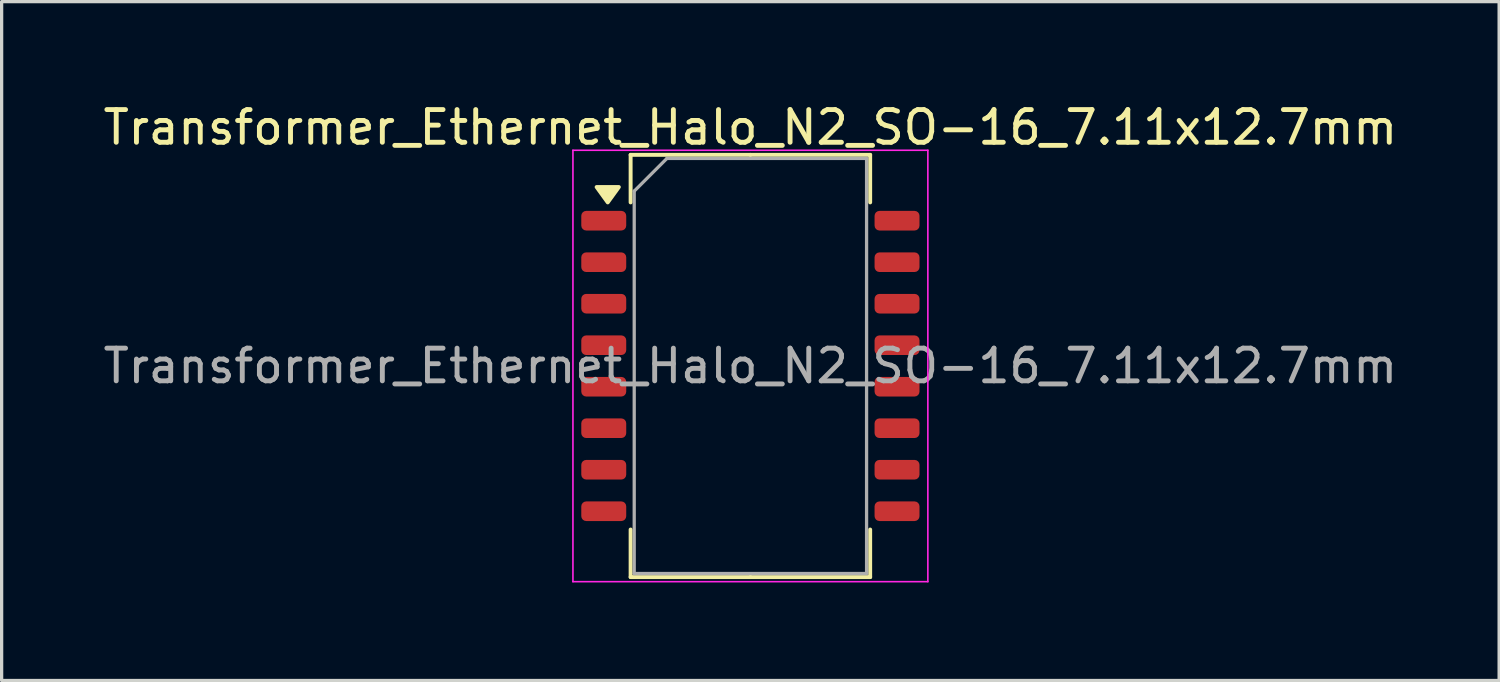
<source format=kicad_pcb>
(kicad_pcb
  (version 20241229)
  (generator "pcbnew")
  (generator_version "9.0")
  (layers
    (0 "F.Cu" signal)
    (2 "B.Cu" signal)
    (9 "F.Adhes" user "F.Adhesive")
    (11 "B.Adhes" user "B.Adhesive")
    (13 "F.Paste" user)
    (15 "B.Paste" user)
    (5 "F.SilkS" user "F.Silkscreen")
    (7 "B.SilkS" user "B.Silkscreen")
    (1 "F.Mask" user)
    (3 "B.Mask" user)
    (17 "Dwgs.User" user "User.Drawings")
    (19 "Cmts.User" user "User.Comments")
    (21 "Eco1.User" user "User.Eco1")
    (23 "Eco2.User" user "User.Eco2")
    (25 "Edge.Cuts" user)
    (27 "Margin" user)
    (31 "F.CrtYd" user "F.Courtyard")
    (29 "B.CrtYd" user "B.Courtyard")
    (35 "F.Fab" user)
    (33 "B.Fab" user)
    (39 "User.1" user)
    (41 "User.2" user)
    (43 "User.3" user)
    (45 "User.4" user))
  (footprint "Transformer_Ethernet_Halo_N2_SO-16_7.11x12.7mm"
    (layer "F.Cu")
    (at 19.911 8.148)
    (property "Reference" "Transformer_Ethernet_Halo_N2_SO-16_7.11x12.7mm" (at 0 -7.3 0) (layer "F.SilkS") (effects (font (size 1 1) (thickness 0.15))))
    (attr smd)
    (fp_line (start -3.665 -6.46) (end -3.665 -5.005) (stroke (width 0.12) (type solid)) (layer "F.SilkS"))
    (fp_line (start -3.665 6.46) (end -3.665 5.005) (stroke (width 0.12) (type solid)) (layer "F.SilkS"))
    (fp_line (start 0 -6.46) (end -3.665 -6.46) (stroke (width 0.12) (type solid)) (layer "F.SilkS"))
    (fp_line (start 0 -6.46) (end 3.665 -6.46) (stroke (width 0.12) (type solid)) (layer "F.SilkS"))
    (fp_line (start 0 6.46) (end -3.665 6.46) (stroke (width 0.12) (type solid)) (layer "F.SilkS"))
    (fp_line (start 0 6.46) (end 3.665 6.46) (stroke (width 0.12) (type solid)) (layer "F.SilkS"))
    (fp_line (start 3.665 -6.46) (end 3.665 -5.005) (stroke (width 0.12) (type solid)) (layer "F.SilkS"))
    (fp_line (start 3.665 6.46) (end 3.665 5.005) (stroke (width 0.12) (type solid)) (layer "F.SilkS"))
    (fp_poly (pts (xy -4.365 -5.005) (xy -4.705 -5.475) (xy -4.025 -5.475) (xy -4.365 -5.005)) (stroke (width 0.12) (type solid)) (fill yes) (layer "F.SilkS"))
    (fp_line (start -5.43 -6.6) (end -5.43 6.6) (stroke (width 0.05) (type solid)) (layer "F.CrtYd"))
    (fp_line (start -5.43 6.6) (end 5.43 6.6) (stroke (width 0.05) (type solid)) (layer "F.CrtYd"))
    (fp_line (start 5.43 -6.6) (end -5.43 -6.6) (stroke (width 0.05) (type solid)) (layer "F.CrtYd"))
    (fp_line (start 5.43 6.6) (end 5.43 -6.6) (stroke (width 0.05) (type solid)) (layer "F.CrtYd"))
    (fp_line (start -3.555 -5.35) (end -2.555 -6.35) (stroke (width 0.1) (type solid)) (layer "F.Fab"))
    (fp_line (start -3.555 6.35) (end -3.555 -5.35) (stroke (width 0.1) (type solid)) (layer "F.Fab"))
    (fp_line (start -2.555 -6.35) (end 3.555 -6.35) (stroke (width 0.1) (type solid)) (layer "F.Fab"))
    (fp_line (start 3.555 -6.35) (end 3.555 6.35) (stroke (width 0.1) (type solid)) (layer "F.Fab"))
    (fp_line (start 3.555 6.35) (end -3.555 6.35) (stroke (width 0.1) (type solid)) (layer "F.Fab"))
    (fp_text user "${REFERENCE}" (at 0 0 0) (layer "F.Fab") (effects (font (size 1 1) (thickness 0.15))))
    (pad "1" smd roundrect (at -4.487 -4.445) (size 1.375 0.6) (layers "F.Cu" "F.Mask" "F.Paste") (roundrect_rratio 0.25))
    (pad "2" smd roundrect (at -4.487 -3.175) (size 1.375 0.6) (layers "F.Cu" "F.Mask" "F.Paste") (roundrect_rratio 0.25))
    (pad "3" smd roundrect (at -4.487 -1.905) (size 1.375 0.6) (layers "F.Cu" "F.Mask" "F.Paste") (roundrect_rratio 0.25))
    (pad "4" smd roundrect (at -4.487 -0.635) (size 1.375 0.6) (layers "F.Cu" "F.Mask" "F.Paste") (roundrect_rratio 0.25))
    (pad "5" smd roundrect (at -4.487 0.635) (size 1.375 0.6) (layers "F.Cu" "F.Mask" "F.Paste") (roundrect_rratio 0.25))
    (pad "6" smd roundrect (at -4.487 1.905) (size 1.375 0.6) (layers "F.Cu" "F.Mask" "F.Paste") (roundrect_rratio 0.25))
    (pad "7" smd roundrect (at -4.487 3.175) (size 1.375 0.6) (layers "F.Cu" "F.Mask" "F.Paste") (roundrect_rratio 0.25))
    (pad "8" smd roundrect (at -4.487 4.445) (size 1.375 0.6) (layers "F.Cu" "F.Mask" "F.Paste") (roundrect_rratio 0.25))
    (pad "9" smd roundrect (at 4.487 4.445) (size 1.375 0.6) (layers "F.Cu" "F.Mask" "F.Paste") (roundrect_rratio 0.25))
    (pad "10" smd roundrect (at 4.487 3.175) (size 1.375 0.6) (layers "F.Cu" "F.Mask" "F.Paste") (roundrect_rratio 0.25))
    (pad "11" smd roundrect (at 4.487 1.905) (size 1.375 0.6) (layers "F.Cu" "F.Mask" "F.Paste") (roundrect_rratio 0.25))
    (pad "12" smd roundrect (at 4.487 0.635) (size 1.375 0.6) (layers "F.Cu" "F.Mask" "F.Paste") (roundrect_rratio 0.25))
    (pad "13" smd roundrect (at 4.487 -0.635) (size 1.375 0.6) (layers "F.Cu" "F.Mask" "F.Paste") (roundrect_rratio 0.25))
    (pad "14" smd roundrect (at 4.487 -1.905) (size 1.375 0.6) (layers "F.Cu" "F.Mask" "F.Paste") (roundrect_rratio 0.25))
    (pad "15" smd roundrect (at 4.487 -3.175) (size 1.375 0.6) (layers "F.Cu" "F.Mask" "F.Paste") (roundrect_rratio 0.25))
    (pad "16" smd roundrect (at 4.487 -4.445) (size 1.375 0.6) (layers "F.Cu" "F.Mask" "F.Paste") (roundrect_rratio 0.25)))
  (gr_rect
    (start -3 -3)
    (end 42.821 17.773)
    (stroke (width 0.1) (type default))
    (fill no)
    (layer "Edge.Cuts")))
</source>
